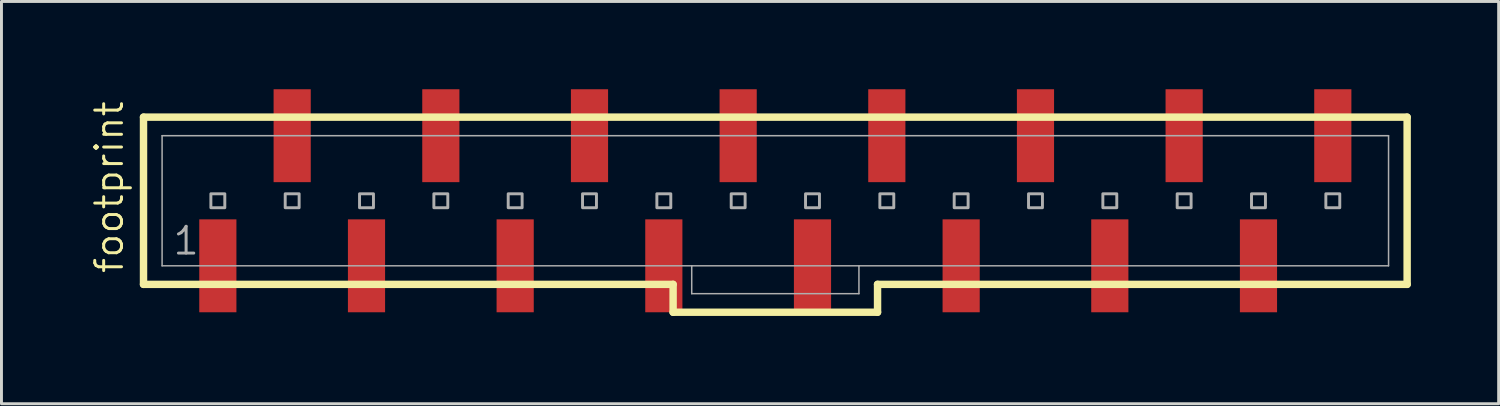
<source format=kicad_pcb>
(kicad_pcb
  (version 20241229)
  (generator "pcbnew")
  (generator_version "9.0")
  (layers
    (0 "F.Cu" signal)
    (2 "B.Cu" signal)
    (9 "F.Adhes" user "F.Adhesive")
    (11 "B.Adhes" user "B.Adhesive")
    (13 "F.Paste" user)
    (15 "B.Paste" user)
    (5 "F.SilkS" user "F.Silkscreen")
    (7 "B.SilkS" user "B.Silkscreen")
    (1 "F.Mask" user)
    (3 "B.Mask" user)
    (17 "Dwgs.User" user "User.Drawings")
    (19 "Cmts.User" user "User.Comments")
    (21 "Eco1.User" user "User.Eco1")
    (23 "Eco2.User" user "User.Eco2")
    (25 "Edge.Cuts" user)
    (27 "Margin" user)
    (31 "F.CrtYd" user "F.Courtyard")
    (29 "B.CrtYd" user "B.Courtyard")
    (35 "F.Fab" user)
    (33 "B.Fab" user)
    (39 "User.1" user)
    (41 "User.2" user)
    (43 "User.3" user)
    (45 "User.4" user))
  (footprint "footprint"
    (layer "F.Cu")
    (at 23.444 3.81)
    (property "Reference" "footprint" (at -22.225 2.54 90) (layer "F.SilkS") (effects (font (size 0.914 0.914) (thickness 0.102)) (justify left bottom)))
    (fp_line (start -21.59 -2.857) (end -21.59 2.857) (stroke (width 0.254) (type solid)) (layer "F.SilkS"))
    (fp_line (start -21.59 2.857) (end -3.493 2.857) (stroke (width 0.254) (type solid)) (layer "F.SilkS"))
    (fp_line (start -3.493 2.857) (end -3.493 3.81) (stroke (width 0.254) (type solid)) (layer "F.SilkS"))
    (fp_line (start -3.493 3.81) (end 3.493 3.81) (stroke (width 0.254) (type solid)) (layer "F.SilkS"))
    (fp_line (start 3.493 2.857) (end 21.59 2.857) (stroke (width 0.254) (type solid)) (layer "F.SilkS"))
    (fp_line (start 3.493 3.81) (end 3.493 2.857) (stroke (width 0.254) (type solid)) (layer "F.SilkS"))
    (fp_line (start 21.59 -2.857) (end -21.59 -2.857) (stroke (width 0.254) (type solid)) (layer "F.SilkS"))
    (fp_line (start 21.59 2.857) (end 21.59 -2.857) (stroke (width 0.254) (type solid)) (layer "F.SilkS"))
    (fp_line (start -20.955 -2.223) (end -20.955 2.223) (stroke (width 0.051) (type solid)) (layer "F.Fab"))
    (fp_line (start -20.955 -2.223) (end 20.955 -2.223) (stroke (width 0.051) (type solid)) (layer "F.Fab"))
    (fp_line (start -20.955 2.223) (end -2.857 2.223) (stroke (width 0.051) (type solid)) (layer "F.Fab"))
    (fp_line (start -2.857 2.223) (end -2.857 3.175) (stroke (width 0.051) (type solid)) (layer "F.Fab"))
    (fp_line (start -2.857 2.223) (end 2.857 2.223) (stroke (width 0.051) (type solid)) (layer "F.Fab"))
    (fp_line (start 2.857 2.223) (end 2.857 3.175) (stroke (width 0.051) (type solid)) (layer "F.Fab"))
    (fp_line (start 2.857 2.223) (end 20.955 2.223) (stroke (width 0.051) (type solid)) (layer "F.Fab"))
    (fp_line (start 2.857 3.175) (end -2.857 3.175) (stroke (width 0.051) (type solid)) (layer "F.Fab"))
    (fp_line (start 20.955 -2.223) (end 20.955 2.223) (stroke (width 0.051) (type solid)) (layer "F.Fab"))
    (fp_poly (pts (xy -19.288 0.238) (xy -18.812 0.238) (xy -18.812 -0.238) (xy -19.288 -0.238)) (stroke (width 0.1) (type solid)) (fill no) (layer "F.Fab"))
    (fp_poly (pts (xy -16.748 0.238) (xy -16.272 0.238) (xy -16.272 -0.238) (xy -16.748 -0.238)) (stroke (width 0.1) (type solid)) (fill no) (layer "F.Fab"))
    (fp_poly (pts (xy -14.208 0.238) (xy -13.732 0.238) (xy -13.732 -0.238) (xy -14.208 -0.238)) (stroke (width 0.1) (type solid)) (fill no) (layer "F.Fab"))
    (fp_poly (pts (xy -11.668 0.238) (xy -11.192 0.238) (xy -11.192 -0.238) (xy -11.668 -0.238)) (stroke (width 0.1) (type solid)) (fill no) (layer "F.Fab"))
    (fp_poly (pts (xy -9.128 0.238) (xy -8.652 0.238) (xy -8.652 -0.238) (xy -9.128 -0.238)) (stroke (width 0.1) (type solid)) (fill no) (layer "F.Fab"))
    (fp_poly (pts (xy -6.588 0.238) (xy -6.112 0.238) (xy -6.112 -0.238) (xy -6.588 -0.238)) (stroke (width 0.1) (type solid)) (fill no) (layer "F.Fab"))
    (fp_poly (pts (xy -4.048 0.238) (xy -3.572 0.238) (xy -3.572 -0.238) (xy -4.048 -0.238)) (stroke (width 0.1) (type solid)) (fill no) (layer "F.Fab"))
    (fp_poly (pts (xy -1.508 0.238) (xy -1.032 0.238) (xy -1.032 -0.238) (xy -1.508 -0.238)) (stroke (width 0.1) (type solid)) (fill no) (layer "F.Fab"))
    (fp_poly (pts (xy 1.032 0.238) (xy 1.508 0.238) (xy 1.508 -0.238) (xy 1.032 -0.238)) (stroke (width 0.1) (type solid)) (fill no) (layer "F.Fab"))
    (fp_poly (pts (xy 3.572 0.238) (xy 4.048 0.238) (xy 4.048 -0.238) (xy 3.572 -0.238)) (stroke (width 0.1) (type solid)) (fill no) (layer "F.Fab"))
    (fp_poly (pts (xy 6.112 0.238) (xy 6.588 0.238) (xy 6.588 -0.238) (xy 6.112 -0.238)) (stroke (width 0.1) (type solid)) (fill no) (layer "F.Fab"))
    (fp_poly (pts (xy 8.652 0.238) (xy 9.128 0.238) (xy 9.128 -0.238) (xy 8.652 -0.238)) (stroke (width 0.1) (type solid)) (fill no) (layer "F.Fab"))
    (fp_poly (pts (xy 11.192 0.238) (xy 11.668 0.238) (xy 11.668 -0.238) (xy 11.192 -0.238)) (stroke (width 0.1) (type solid)) (fill no) (layer "F.Fab"))
    (fp_poly (pts (xy 13.732 0.238) (xy 14.208 0.238) (xy 14.208 -0.238) (xy 13.732 -0.238)) (stroke (width 0.1) (type solid)) (fill no) (layer "F.Fab"))
    (fp_poly (pts (xy 16.272 0.238) (xy 16.748 0.238) (xy 16.748 -0.238) (xy 16.272 -0.238)) (stroke (width 0.1) (type solid)) (fill no) (layer "F.Fab"))
    (fp_poly (pts (xy 18.812 0.238) (xy 19.288 0.238) (xy 19.288 -0.238) (xy 18.812 -0.238)) (stroke (width 0.1) (type solid)) (fill no) (layer "F.Fab"))
    (fp_text user "1" (at -20.637 1.905 0) (layer "F.Fab") (effects (font (size 0.914 0.914) (thickness 0.102)) (justify left bottom)))
    (pad "1" smd rect (at -19.05 2.223 270) (size 3.175 1.27) (layers "F.Cu" "F.Mask" "F.Paste"))
    (pad "2" smd rect (at -16.51 -2.223 270) (size 3.175 1.27) (layers "F.Cu" "F.Mask" "F.Paste"))
    (pad "3" smd rect (at -13.97 2.223 270) (size 3.175 1.27) (layers "F.Cu" "F.Mask" "F.Paste"))
    (pad "4" smd rect (at -11.43 -2.223 270) (size 3.175 1.27) (layers "F.Cu" "F.Mask" "F.Paste"))
    (pad "5" smd rect (at -8.89 2.223 270) (size 3.175 1.27) (layers "F.Cu" "F.Mask" "F.Paste"))
    (pad "6" smd rect (at -6.35 -2.223 270) (size 3.175 1.27) (layers "F.Cu" "F.Mask" "F.Paste"))
    (pad "7" smd rect (at -3.81 2.223 270) (size 3.175 1.27) (layers "F.Cu" "F.Mask" "F.Paste"))
    (pad "8" smd rect (at -1.27 -2.223 270) (size 3.175 1.27) (layers "F.Cu" "F.Mask" "F.Paste"))
    (pad "9" smd rect (at 1.27 2.223 270) (size 3.175 1.27) (layers "F.Cu" "F.Mask" "F.Paste"))
    (pad "10" smd rect (at 3.81 -2.223 270) (size 3.175 1.27) (layers "F.Cu" "F.Mask" "F.Paste"))
    (pad "11" smd rect (at 6.35 2.223 270) (size 3.175 1.27) (layers "F.Cu" "F.Mask" "F.Paste"))
    (pad "12" smd rect (at 8.89 -2.223 270) (size 3.175 1.27) (layers "F.Cu" "F.Mask" "F.Paste"))
    (pad "13" smd rect (at 11.43 2.223 270) (size 3.175 1.27) (layers "F.Cu" "F.Mask" "F.Paste"))
    (pad "14" smd rect (at 13.97 -2.223 270) (size 3.175 1.27) (layers "F.Cu" "F.Mask" "F.Paste"))
    (pad "15" smd rect (at 16.51 2.223 270) (size 3.175 1.27) (layers "F.Cu" "F.Mask" "F.Paste"))
    (pad "16" smd rect (at 19.05 -2.223 270) (size 3.175 1.27) (layers "F.Cu" "F.Mask" "F.Paste")))
  (gr_rect
    (start -3 -3)
    (end 48.161 10.747)
    (stroke (width 0.1) (type default))
    (fill no)
    (layer "Edge.Cuts")))
</source>
